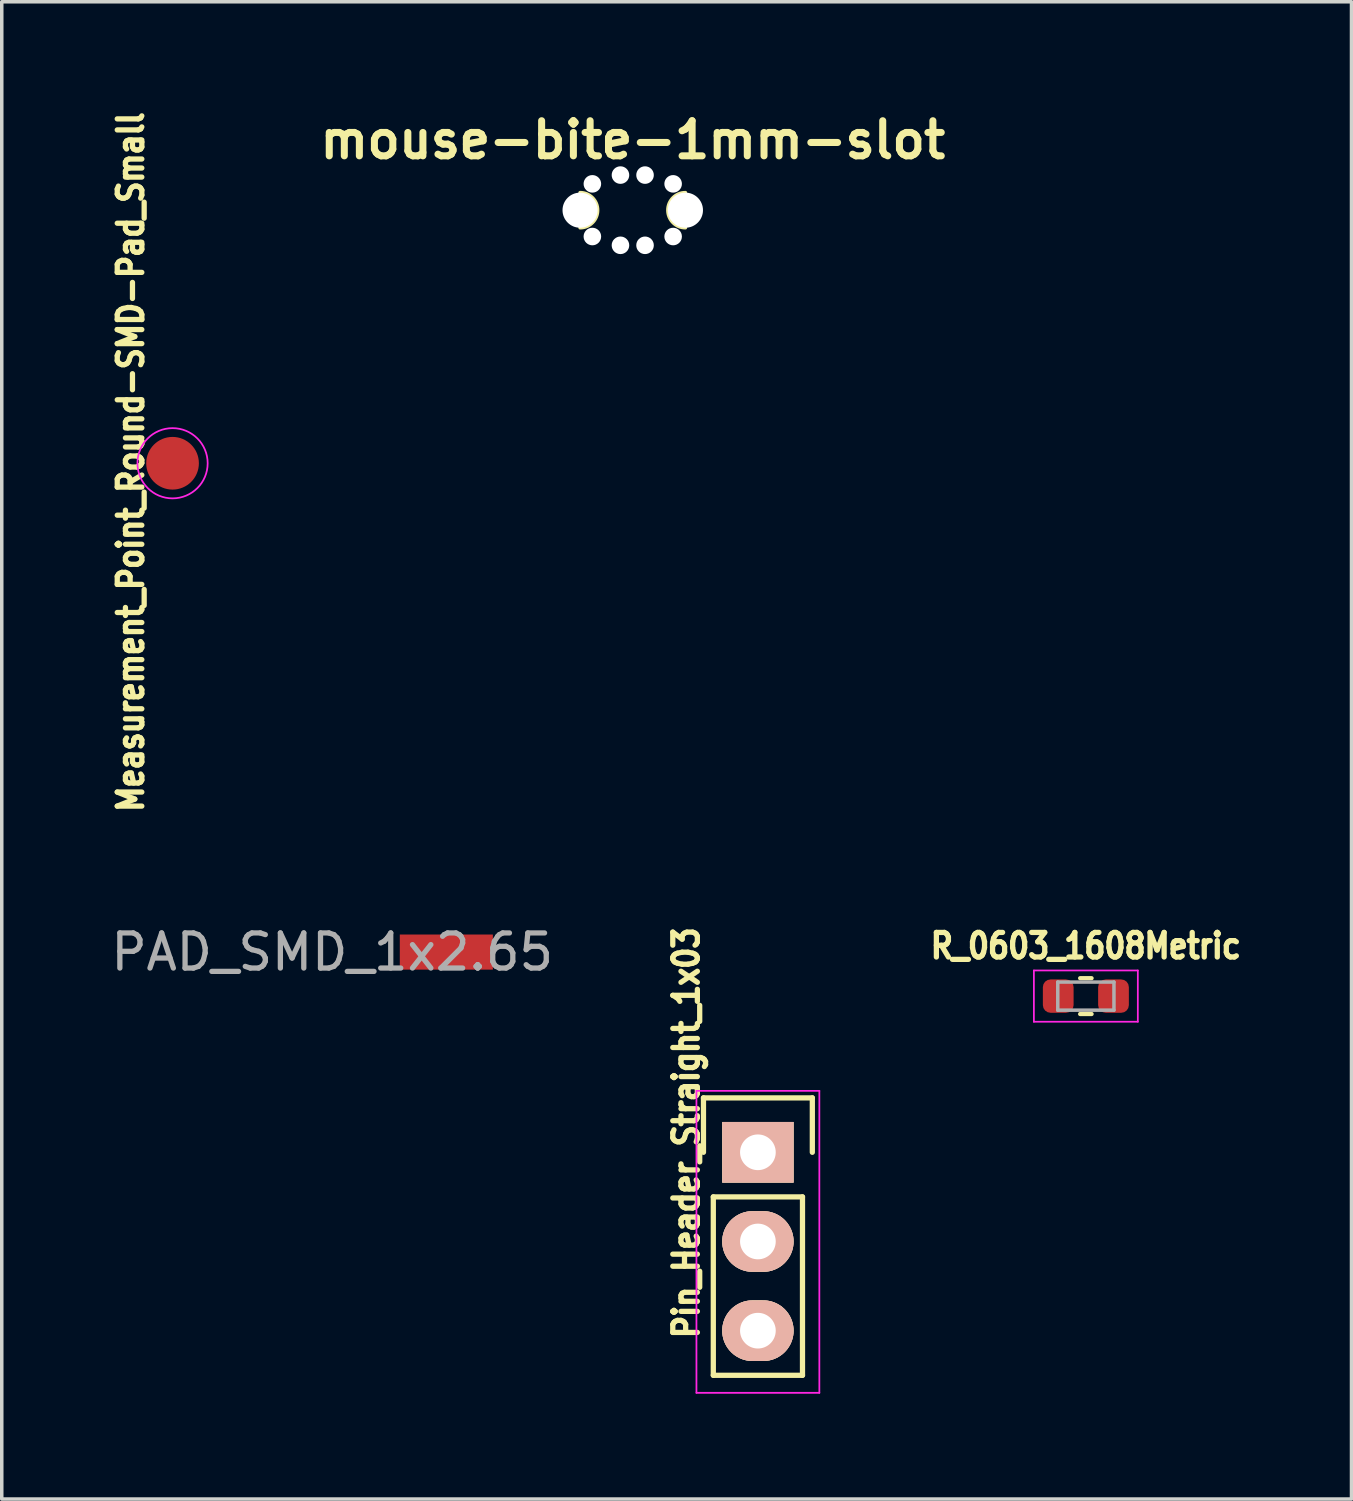
<source format=kicad_pcb>
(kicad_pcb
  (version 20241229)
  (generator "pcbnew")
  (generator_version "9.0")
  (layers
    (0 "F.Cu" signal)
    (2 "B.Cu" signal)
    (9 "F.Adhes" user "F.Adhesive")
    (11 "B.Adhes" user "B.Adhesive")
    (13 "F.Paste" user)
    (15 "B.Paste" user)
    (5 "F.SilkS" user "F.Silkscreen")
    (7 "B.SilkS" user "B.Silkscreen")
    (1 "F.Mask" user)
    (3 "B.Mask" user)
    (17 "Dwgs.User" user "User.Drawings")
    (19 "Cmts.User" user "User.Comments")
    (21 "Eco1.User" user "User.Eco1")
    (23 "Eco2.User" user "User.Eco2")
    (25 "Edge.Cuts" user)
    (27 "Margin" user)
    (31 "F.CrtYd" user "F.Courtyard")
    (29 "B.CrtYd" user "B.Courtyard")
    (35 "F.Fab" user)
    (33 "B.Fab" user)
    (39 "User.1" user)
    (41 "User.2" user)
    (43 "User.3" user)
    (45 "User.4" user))
  (footprint "Measurement_Point_Round-SMD-Pad_Small"
    (layer "F.Cu")
    (at 1.864 10.143)
    (property "Reference" "Measurement_Point_Round-SMD-Pad_Small" (at -1.191 -0.036 90) (layer "F.SilkS") (effects (font (size 0.7 0.6) (thickness 0.15))))
    (attr exclude_from_pos_files exclude_from_bom)
    (fp_circle (center 0 0) (end 1 0) (stroke (width 0.05) (type solid)) (fill no) (layer "F.CrtYd"))
    (pad "1" smd circle (at 0 0) (size 1.5 1.5) (layers "F.Cu" "F.Mask")))
  (footprint "mouse-bite-1mm-slot"
    (layer "F.Cu")
    (at 14.97 2.936)
    (property "Reference" "mouse-bite-1mm-slot" (at 0 -2 0) (layer "F.SilkS") (effects (font (size 1 1) (thickness 0.2))))
    (attr through_hole)
    (fp_arc (start -1.5 -0.5) (mid -1 0) (end -1.5 0.5) (stroke (width 0.1) (type solid)) (layer "F.SilkS"))
    (fp_arc (start 1.5 0.5) (mid 1 0) (end 1.5 -0.5) (stroke (width 0.1) (type solid)) (layer "F.SilkS"))
    (fp_circle (center -1.5 0) (end -1.44 0) (stroke (width 0.05) (type solid)) (fill no) (layer "Dwgs.User"))
    (fp_circle (center 1.5 0) (end 1.56 0) (stroke (width 0.05) (type solid)) (fill no) (layer "Dwgs.User"))
    (fp_line (start -1.5 0) (end -1.5 0) (stroke (width 1) (type solid)) (layer "Eco1.User"))
    (fp_line (start 1.5 0) (end 1.5 0) (stroke (width 1) (type solid)) (layer "Eco1.User"))
    (pad "" np_thru_hole circle (at -1.5 0) (size 1 1) (drill 1) (layers "*.Cu" "*.Mask"))
    (pad "" np_thru_hole circle (at -1.15 -0.75) (size 0.5 0.5) (drill 0.5) (layers "*.Cu" "*.Mask"))
    (pad "" np_thru_hole circle (at -1.15 0.75) (size 0.5 0.5) (drill 0.5) (layers "*.Cu" "*.Mask"))
    (pad "" np_thru_hole circle (at -0.35 -1) (size 0.5 0.5) (drill 0.5) (layers "*.Cu" "*.Mask"))
    (pad "" np_thru_hole circle (at -0.35 1) (size 0.5 0.5) (drill 0.5) (layers "*.Cu" "*.Mask"))
    (pad "" np_thru_hole circle (at 0.35 -1) (size 0.5 0.5) (drill 0.5) (layers "*.Cu" "*.Mask"))
    (pad "" np_thru_hole circle (at 0.35 1) (size 0.5 0.5) (drill 0.5) (layers "*.Cu" "*.Mask"))
    (pad "" np_thru_hole circle (at 1.15 -0.75) (size 0.5 0.5) (drill 0.5) (layers "*.Cu" "*.Mask"))
    (pad "" np_thru_hole circle (at 1.15 0.75) (size 0.5 0.5) (drill 0.5) (layers "*.Cu" "*.Mask"))
    (pad "" np_thru_hole circle (at 1.5 0) (size 1 1) (drill 1) (layers "*.Cu" "*.Mask")))
  (footprint "Pin_Header_Straight_1x03"
    (layer "F.Cu")
    (at 18.534 29.766)
    (property "Reference" "Pin_Header_Straight_1x03" (at -2.04 -0.556 90) (layer "F.SilkS") (effects (font (size 0.7 0.6) (thickness 0.15))))
    (attr through_hole)
    (fp_line (start -1.55 -1.55) (end 1.55 -1.55) (stroke (width 0.15) (type solid)) (layer "F.SilkS"))
    (fp_line (start -1.55 0) (end -1.55 -1.55) (stroke (width 0.15) (type solid)) (layer "F.SilkS"))
    (fp_line (start -1.27 1.27) (end -1.27 6.35) (stroke (width 0.15) (type solid)) (layer "F.SilkS"))
    (fp_line (start -1.27 6.35) (end 1.27 6.35) (stroke (width 0.15) (type solid)) (layer "F.SilkS"))
    (fp_line (start 1.27 1.27) (end -1.27 1.27) (stroke (width 0.15) (type solid)) (layer "F.SilkS"))
    (fp_line (start 1.27 6.35) (end 1.27 1.27) (stroke (width 0.15) (type solid)) (layer "F.SilkS"))
    (fp_line (start 1.55 -1.55) (end 1.55 0) (stroke (width 0.15) (type solid)) (layer "F.SilkS"))
    (fp_line (start -1.75 -1.75) (end -1.75 6.85) (stroke (width 0.05) (type solid)) (layer "F.CrtYd"))
    (fp_line (start -1.75 -1.75) (end 1.75 -1.75) (stroke (width 0.05) (type solid)) (layer "F.CrtYd"))
    (fp_line (start -1.75 6.85) (end 1.75 6.85) (stroke (width 0.05) (type solid)) (layer "F.CrtYd"))
    (fp_line (start 1.75 -1.75) (end 1.75 6.85) (stroke (width 0.05) (type solid)) (layer "F.CrtYd"))
    (pad "1" thru_hole rect (at 0 0) (size 2.032 1.727) (drill 1.016) (layers "*.Cu" "*.SilkS" "*.Mask"))
    (pad "2" thru_hole oval (at 0 2.54) (size 2.032 1.727) (drill 1.016) (layers "*.Cu" "*.SilkS" "*.Mask"))
    (pad "3" thru_hole oval (at 0 5.08) (size 2.032 1.727) (drill 1.016) (layers "*.Cu" "*.SilkS" "*.Mask")))
  (footprint "PAD_SMD_1x2.65"
    (layer "F.Cu")
    (at 9.661 24.064)
    (property "Reference" "PAD_SMD_1x2.65" (at -3.25 0 0) (layer "F.Fab") (effects (font (size 1 1) (thickness 0.15))))
    (attr through_hole)
    (pad "1" smd rect (at 0 0) (size 2.65 1) (layers "F.Cu" "F.Mask")))
  (footprint "R_0603_1608Metric"
    (layer "F.Cu")
    (at 27.874 25.318)
    (property "Reference" "R_0603_1608Metric" (at 0 -1.43 0) (layer "F.SilkS") (effects (font (size 0.7 0.6) (thickness 0.15))))
    (attr smd)
    (fp_line (start -0.163 -0.51) (end 0.163 -0.51) (stroke (width 0.12) (type solid)) (layer "F.SilkS"))
    (fp_line (start -0.163 0.51) (end 0.163 0.51) (stroke (width 0.12) (type solid)) (layer "F.SilkS"))
    (fp_line (start -1.48 -0.73) (end 1.48 -0.73) (stroke (width 0.05) (type solid)) (layer "F.CrtYd"))
    (fp_line (start -1.48 0.73) (end -1.48 -0.73) (stroke (width 0.05) (type solid)) (layer "F.CrtYd"))
    (fp_line (start 1.48 -0.73) (end 1.48 0.73) (stroke (width 0.05) (type solid)) (layer "F.CrtYd"))
    (fp_line (start 1.48 0.73) (end -1.48 0.73) (stroke (width 0.05) (type solid)) (layer "F.CrtYd"))
    (fp_line (start -0.8 -0.4) (end 0.8 -0.4) (stroke (width 0.1) (type solid)) (layer "F.Fab"))
    (fp_line (start -0.8 0.4) (end -0.8 -0.4) (stroke (width 0.1) (type solid)) (layer "F.Fab"))
    (fp_line (start 0.8 -0.4) (end 0.8 0.4) (stroke (width 0.1) (type solid)) (layer "F.Fab"))
    (fp_line (start 0.8 0.4) (end -0.8 0.4) (stroke (width 0.1) (type solid)) (layer "F.Fab"))
    (pad "1" smd roundrect (at -0.787 0) (size 0.875 0.95) (layers "F.Cu" "F.Mask" "F.Paste") (roundrect_rratio 0.25))
    (pad "2" smd roundrect (at 0.787 0) (size 0.875 0.95) (layers "F.Cu" "F.Mask" "F.Paste") (roundrect_rratio 0.25)))
  (gr_rect
    (start -3 -3)
    (end 35.439 39.641)
    (stroke (width 0.1) (type default))
    (fill no)
    (layer "Edge.Cuts")))
</source>
